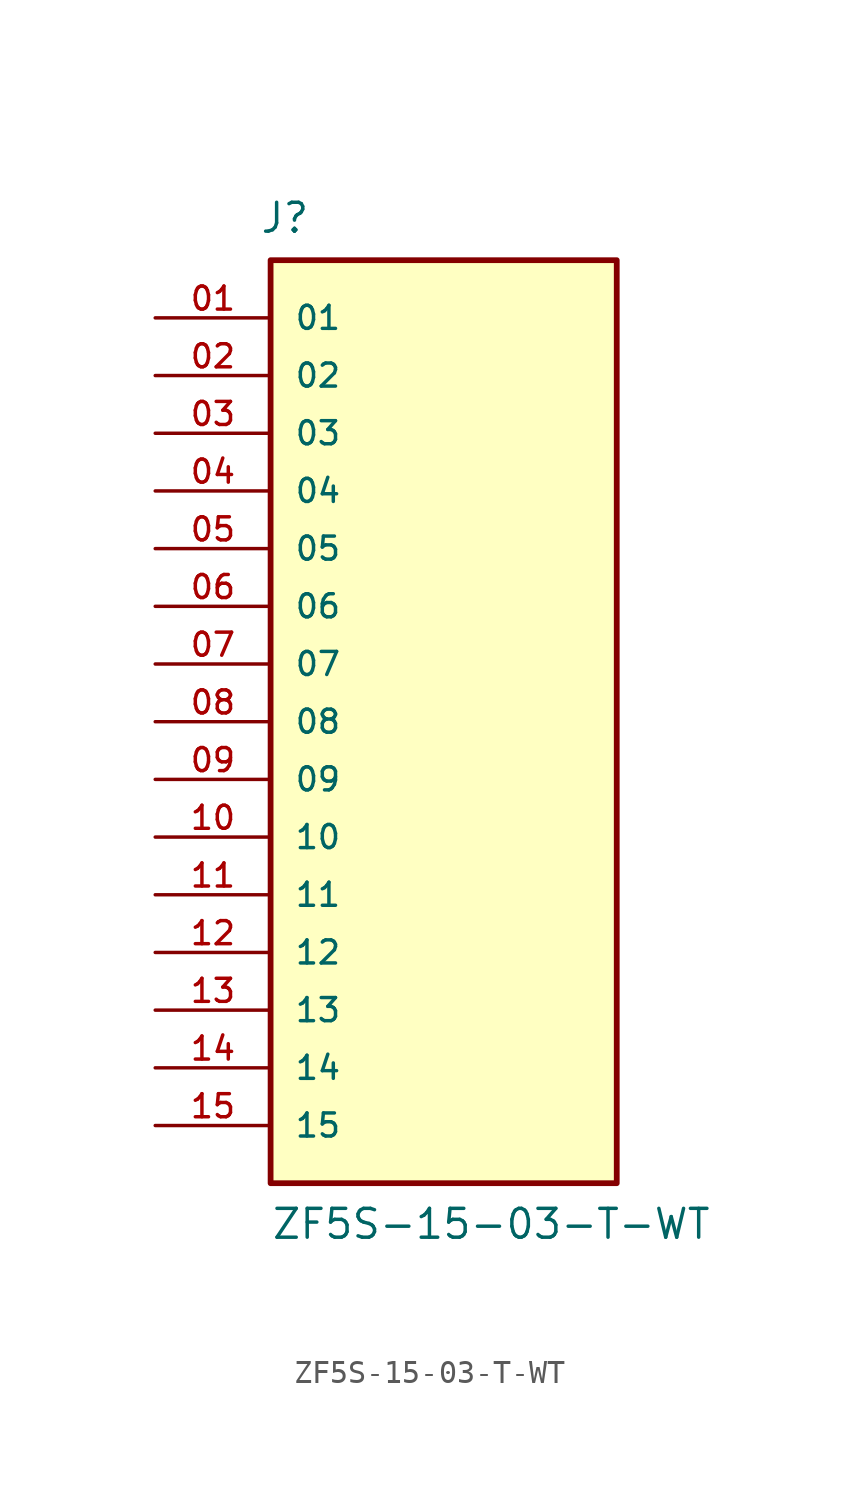
<source format=kicad_sym>
(kicad_symbol_lib
  (version 20241209)
  (generator "kicad_symbol_editor")
  (generator_version "9.0")
  (symbol "ZF5S-15-03-T-WT"
    (pin_names
      (offset 1.016))
    (property "Reference" "J"
      (at -8.12 21.436 0)
      (effects (font (size 1.27 1.27)) (justify left bottom)))
    (property "Value" "ZF5S-15-03-T-WT"
      (at -7.62 -22.86 0)
      (effects (font (size 1.27 1.27)) (justify left bottom)))
    (symbol "ZF5S-15-03-T-WT_0_0"
      (rectangle (start -7.62 -20.32) (end 7.62 20.32) (stroke (width 0.254) (type default)) (fill (type background)))
      (pin passive line (at -12.7 17.78 0) (length 5.08) (name "01" (effects (font (size 1.016 1.016)))) (number "01" (effects (font (size 1.016 1.016)))))
      (pin passive line (at -12.7 15.24 0) (length 5.08) (name "02" (effects (font (size 1.016 1.016)))) (number "02" (effects (font (size 1.016 1.016)))))
      (pin passive line (at -12.7 12.7 0) (length 5.08) (name "03" (effects (font (size 1.016 1.016)))) (number "03" (effects (font (size 1.016 1.016)))))
      (pin passive line (at -12.7 10.16 0) (length 5.08) (name "04" (effects (font (size 1.016 1.016)))) (number "04" (effects (font (size 1.016 1.016)))))
      (pin passive line (at -12.7 7.62 0) (length 5.08) (name "05" (effects (font (size 1.016 1.016)))) (number "05" (effects (font (size 1.016 1.016)))))
      (pin passive line (at -12.7 5.08 0) (length 5.08) (name "06" (effects (font (size 1.016 1.016)))) (number "06" (effects (font (size 1.016 1.016)))))
      (pin passive line (at -12.7 2.54 0) (length 5.08) (name "07" (effects (font (size 1.016 1.016)))) (number "07" (effects (font (size 1.016 1.016)))))
      (pin passive line (at -12.7 0 0) (length 5.08) (name "08" (effects (font (size 1.016 1.016)))) (number "08" (effects (font (size 1.016 1.016)))))
      (pin passive line (at -12.7 -2.54 0) (length 5.08) (name "09" (effects (font (size 1.016 1.016)))) (number "09" (effects (font (size 1.016 1.016)))))
      (pin passive line (at -12.7 -5.08 0) (length 5.08) (name "10" (effects (font (size 1.016 1.016)))) (number "10" (effects (font (size 1.016 1.016)))))
      (pin passive line (at -12.7 -7.62 0) (length 5.08) (name "11" (effects (font (size 1.016 1.016)))) (number "11" (effects (font (size 1.016 1.016)))))
      (pin passive line (at -12.7 -10.16 0) (length 5.08) (name "12" (effects (font (size 1.016 1.016)))) (number "12" (effects (font (size 1.016 1.016)))))
      (pin passive line (at -12.7 -12.7 0) (length 5.08) (name "13" (effects (font (size 1.016 1.016)))) (number "13" (effects (font (size 1.016 1.016)))))
      (pin passive line (at -12.7 -15.24 0) (length 5.08) (name "14" (effects (font (size 1.016 1.016)))) (number "14" (effects (font (size 1.016 1.016)))))
      (pin passive line (at -12.7 -17.78 0) (length 5.08) (name "15" (effects (font (size 1.016 1.016)))) (number "15" (effects (font (size 1.016 1.016))))))))
</source>
